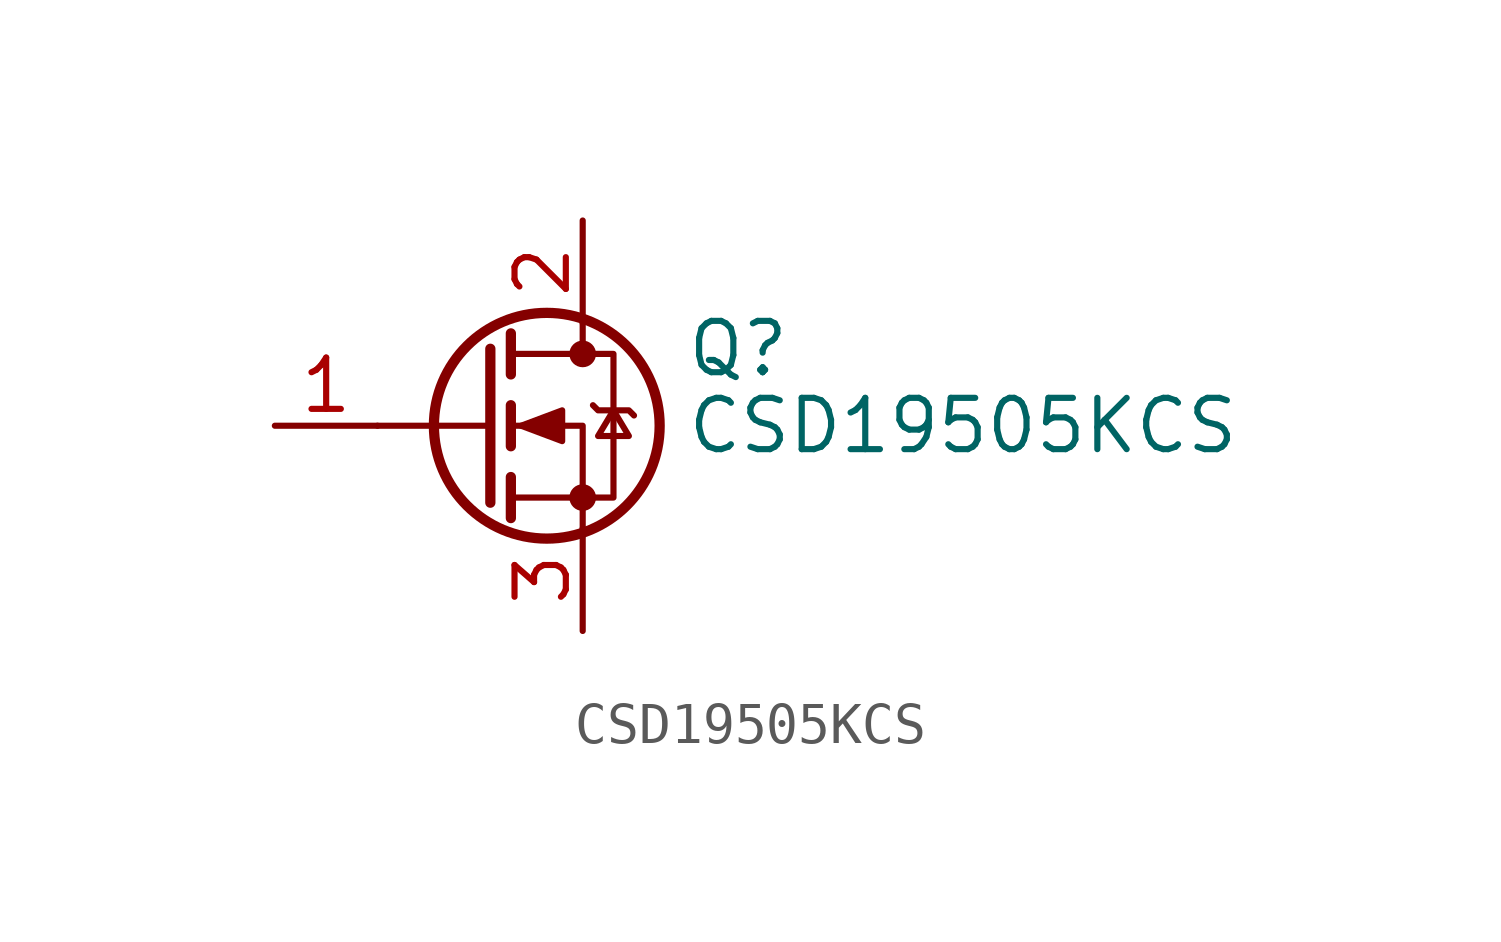
<source format=kicad_sym>
(kicad_symbol_lib
  (version 20211014)
  (generator kicad_symbol_editor)
  (symbol "CSD19505KCS"
    (pin_names hide)
    (property "Reference" "Q"
      (at 5.08 1.905 0)
      (effects (font (size 1.27 1.27)) (justify left)))
    (property "Value" "CSD19505KCS"
      (at 5.08 0 0)
      (effects (font (size 1.27 1.27)) (justify left)))
    (symbol "CSD19505KCS_0_1"
      (polyline (pts (xy 0.254 0) (xy -2.54 0)) (stroke (width 0) (type default) (color 0 0 0 0)) (fill (type none)))
      (polyline (pts (xy 0.254 1.905) (xy 0.254 -1.905)) (stroke (width 0.254) (type default) (color 0 0 0 0)) (fill (type none)))
      (polyline (pts (xy 0.762 -1.27) (xy 0.762 -2.286)) (stroke (width 0.254) (type default) (color 0 0 0 0)) (fill (type none)))
      (polyline (pts (xy 0.762 0.508) (xy 0.762 -0.508)) (stroke (width 0.254) (type default) (color 0 0 0 0)) (fill (type none)))
      (polyline (pts (xy 0.762 2.286) (xy 0.762 1.27)) (stroke (width 0.254) (type default) (color 0 0 0 0)) (fill (type none)))
      (polyline (pts (xy 2.54 2.54) (xy 2.54 1.778)) (stroke (width 0) (type default) (color 0 0 0 0)) (fill (type none)))
      (polyline (pts (xy 2.54 -2.54) (xy 2.54 0) (xy 0.762 0)) (stroke (width 0) (type default) (color 0 0 0 0)) (fill (type none)))
      (polyline (pts (xy 0.762 -1.778) (xy 3.302 -1.778) (xy 3.302 1.778) (xy 0.762 1.778)) (stroke (width 0) (type default) (color 0 0 0 0)) (fill (type none)))
      (polyline (pts (xy 1.016 0) (xy 2.032 0.381) (xy 2.032 -0.381) (xy 1.016 0)) (stroke (width 0) (type default) (color 0 0 0 0)) (fill (type outline)))
      (polyline (pts (xy 2.794 0.508) (xy 2.921 0.381) (xy 3.683 0.381) (xy 3.81 0.254)) (stroke (width 0) (type default) (color 0 0 0 0)) (fill (type none)))
      (polyline (pts (xy 3.302 0.381) (xy 2.921 -0.254) (xy 3.683 -0.254) (xy 3.302 0.381)) (stroke (width 0) (type default) (color 0 0 0 0)) (fill (type none)))
      (circle (center 1.651 0) (radius 2.794) (stroke (width 0.254) (type default) (color 0 0 0 0)) (fill (type none)))
      (circle (center 2.54 -1.778) (radius 0.254) (stroke (width 0) (type default) (color 0 0 0 0)) (fill (type outline)))
      (circle (center 2.54 1.778) (radius 0.254) (stroke (width 0) (type default) (color 0 0 0 0)) (fill (type outline))))
    (symbol "CSD19505KCS_1_1"
      (pin passive line (at -5.08 0 0) (length 2.54) (name "G" (effects (font (size 1.27 1.27)))) (number "1" (effects (font (size 1.27 1.27)))))
      (pin passive line (at 2.54 5.08 270) (length 2.54) (name "D" (effects (font (size 1.27 1.27)))) (number "2" (effects (font (size 1.27 1.27)))))
      (pin passive line (at 2.54 -5.08 90) (length 2.54) (name "S" (effects (font (size 1.27 1.27)))) (number "3" (effects (font (size 1.27 1.27))))))))
</source>
